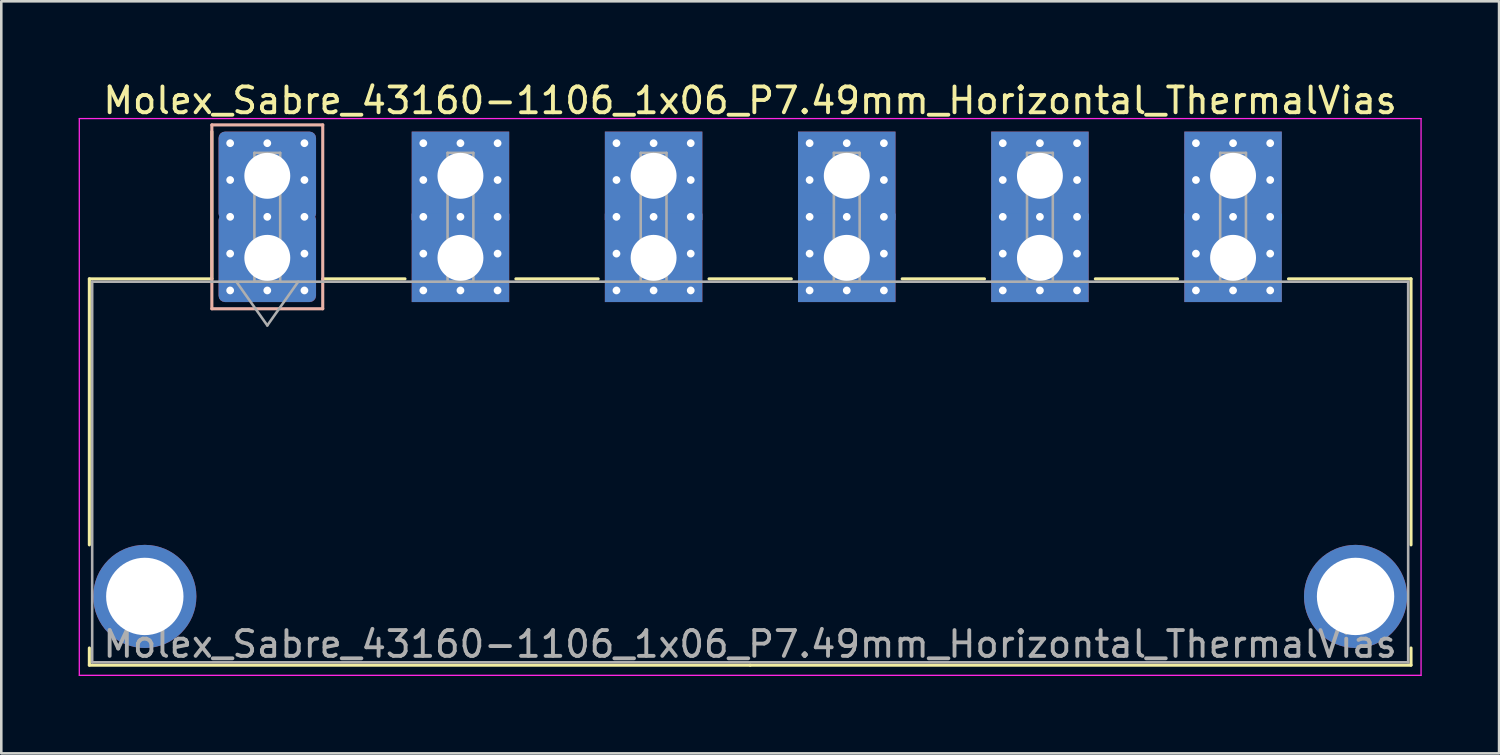
<source format=kicad_pcb>
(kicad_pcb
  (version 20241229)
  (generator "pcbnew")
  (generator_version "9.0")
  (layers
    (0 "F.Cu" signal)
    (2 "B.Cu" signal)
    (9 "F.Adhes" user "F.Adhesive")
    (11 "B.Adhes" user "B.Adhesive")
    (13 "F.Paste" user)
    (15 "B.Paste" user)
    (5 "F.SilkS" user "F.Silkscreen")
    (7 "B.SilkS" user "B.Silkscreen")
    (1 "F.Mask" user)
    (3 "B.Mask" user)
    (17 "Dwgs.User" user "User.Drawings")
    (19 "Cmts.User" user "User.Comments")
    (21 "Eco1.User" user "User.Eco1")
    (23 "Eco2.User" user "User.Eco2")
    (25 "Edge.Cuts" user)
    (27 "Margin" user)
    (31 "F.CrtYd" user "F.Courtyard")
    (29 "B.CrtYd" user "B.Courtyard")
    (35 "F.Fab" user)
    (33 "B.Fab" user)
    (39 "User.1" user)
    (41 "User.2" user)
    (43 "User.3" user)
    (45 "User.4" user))
  (footprint "Molex_Sabre_43160-1106_1x06_P7.49mm_Horizontal_ThermalVias"
    (layer "F.Cu")
    (at 7.315 6.948)
    (property "Reference" "Molex_Sabre_43160-1106_1x06_P7.49mm_Horizontal_ThermalVias" (at 18.72 -6.1 0) (layer "F.SilkS") (effects (font (size 1 1) (thickness 0.15))))
    (attr through_hole)
    (fp_line (start -6.9 0.815) (end -6.9 11.13) (stroke (width 0.12) (type solid)) (layer "F.SilkS"))
    (fp_line (start -6.9 15.13) (end -6.9 15.795) (stroke (width 0.12) (type solid)) (layer "F.SilkS"))
    (fp_line (start -6.9 15.795) (end 18.725 15.795) (stroke (width 0.12) (type solid)) (layer "F.SilkS"))
    (fp_line (start -2.15 0.815) (end -6.9 0.815) (stroke (width 0.12) (type solid)) (layer "F.SilkS"))
    (fp_line (start -2.15 0.815) (end -2.15 -4.895) (stroke (width 0.12) (type solid)) (layer "F.SilkS"))
    (fp_line (start 2.15 0.815) (end 5.34 0.815) (stroke (width 0.12) (type solid)) (layer "F.SilkS"))
    (fp_line (start 9.64 0.815) (end 12.83 0.815) (stroke (width 0.12) (type solid)) (layer "F.SilkS"))
    (fp_line (start 17.13 0.815) (end 20.32 0.815) (stroke (width 0.12) (type solid)) (layer "F.SilkS"))
    (fp_line (start 24.62 0.815) (end 27.81 0.815) (stroke (width 0.12) (type solid)) (layer "F.SilkS"))
    (fp_line (start 32.11 0.815) (end 35.3 0.815) (stroke (width 0.12) (type solid)) (layer "F.SilkS"))
    (fp_line (start 39.6 0.815) (end 44.35 0.815) (stroke (width 0.12) (type solid)) (layer "F.SilkS"))
    (fp_line (start 44.35 0.815) (end 44.35 11.13) (stroke (width 0.12) (type solid)) (layer "F.SilkS"))
    (fp_line (start 44.35 15.13) (end 44.35 15.795) (stroke (width 0.12) (type solid)) (layer "F.SilkS"))
    (fp_line (start 44.35 15.795) (end 18.725 15.795) (stroke (width 0.12) (type solid)) (layer "F.SilkS"))
    (fp_line (start -2.15 -5.155) (end -2.15 1.975) (stroke (width 0.12) (type solid)) (layer "B.SilkS"))
    (fp_line (start -2.15 1.975) (end 2.15 1.975) (stroke (width 0.12) (type solid)) (layer "B.SilkS"))
    (fp_line (start 2.15 -5.155) (end -2.15 -5.155) (stroke (width 0.12) (type solid)) (layer "B.SilkS"))
    (fp_line (start 2.15 1.975) (end 2.15 -5.155) (stroke (width 0.12) (type solid)) (layer "B.SilkS"))
    (fp_line (start -7.29 -5.4) (end -7.29 16.19) (stroke (width 0.05) (type solid)) (layer "F.CrtYd"))
    (fp_line (start -7.29 16.19) (end 44.74 16.19) (stroke (width 0.05) (type solid)) (layer "F.CrtYd"))
    (fp_line (start 44.74 -5.4) (end -7.29 -5.4) (stroke (width 0.05) (type solid)) (layer "F.CrtYd"))
    (fp_line (start 44.74 16.19) (end 44.74 -5.4) (stroke (width 0.05) (type solid)) (layer "F.CrtYd"))
    (fp_line (start -6.79 0.925) (end -6.79 15.685) (stroke (width 0.1) (type solid)) (layer "F.Fab"))
    (fp_line (start -6.79 15.685) (end 44.24 15.685) (stroke (width 0.1) (type solid)) (layer "F.Fab"))
    (fp_line (start -1.2 0.925) (end 0 2.622) (stroke (width 0.1) (type solid)) (layer "F.Fab"))
    (fp_line (start -0.5 -4.07) (end 0.5 -4.07) (stroke (width 0.1) (type solid)) (layer "F.Fab"))
    (fp_line (start -0.5 0.925) (end -0.5 -4.07) (stroke (width 0.1) (type solid)) (layer "F.Fab"))
    (fp_line (start 0 2.622) (end 1.2 0.925) (stroke (width 0.1) (type solid)) (layer "F.Fab"))
    (fp_line (start 0.5 -4.07) (end 0.5 0.925) (stroke (width 0.1) (type solid)) (layer "F.Fab"))
    (fp_line (start 0.5 0.925) (end -0.5 0.925) (stroke (width 0.1) (type solid)) (layer "F.Fab"))
    (fp_line (start 6.99 -4.07) (end 7.99 -4.07) (stroke (width 0.1) (type solid)) (layer "F.Fab"))
    (fp_line (start 6.99 0.925) (end 6.99 -4.07) (stroke (width 0.1) (type solid)) (layer "F.Fab"))
    (fp_line (start 7.99 -4.07) (end 7.99 0.925) (stroke (width 0.1) (type solid)) (layer "F.Fab"))
    (fp_line (start 7.99 0.925) (end 6.99 0.925) (stroke (width 0.1) (type solid)) (layer "F.Fab"))
    (fp_line (start 14.48 -4.07) (end 15.48 -4.07) (stroke (width 0.1) (type solid)) (layer "F.Fab"))
    (fp_line (start 14.48 0.925) (end 14.48 -4.07) (stroke (width 0.1) (type solid)) (layer "F.Fab"))
    (fp_line (start 15.48 -4.07) (end 15.48 0.925) (stroke (width 0.1) (type solid)) (layer "F.Fab"))
    (fp_line (start 15.48 0.925) (end 14.48 0.925) (stroke (width 0.1) (type solid)) (layer "F.Fab"))
    (fp_line (start 21.97 -4.07) (end 22.97 -4.07) (stroke (width 0.1) (type solid)) (layer "F.Fab"))
    (fp_line (start 21.97 0.925) (end 21.97 -4.07) (stroke (width 0.1) (type solid)) (layer "F.Fab"))
    (fp_line (start 22.97 -4.07) (end 22.97 0.925) (stroke (width 0.1) (type solid)) (layer "F.Fab"))
    (fp_line (start 22.97 0.925) (end 21.97 0.925) (stroke (width 0.1) (type solid)) (layer "F.Fab"))
    (fp_line (start 29.46 -4.07) (end 30.46 -4.07) (stroke (width 0.1) (type solid)) (layer "F.Fab"))
    (fp_line (start 29.46 0.925) (end 29.46 -4.07) (stroke (width 0.1) (type solid)) (layer "F.Fab"))
    (fp_line (start 30.46 -4.07) (end 30.46 0.925) (stroke (width 0.1) (type solid)) (layer "F.Fab"))
    (fp_line (start 30.46 0.925) (end 29.46 0.925) (stroke (width 0.1) (type solid)) (layer "F.Fab"))
    (fp_line (start 36.95 -4.07) (end 37.95 -4.07) (stroke (width 0.1) (type solid)) (layer "F.Fab"))
    (fp_line (start 36.95 0.925) (end 36.95 -4.07) (stroke (width 0.1) (type solid)) (layer "F.Fab"))
    (fp_line (start 37.95 -4.07) (end 37.95 0.925) (stroke (width 0.1) (type solid)) (layer "F.Fab"))
    (fp_line (start 37.95 0.925) (end 36.95 0.925) (stroke (width 0.1) (type solid)) (layer "F.Fab"))
    (fp_line (start 44.24 0.925) (end -6.79 0.925) (stroke (width 0.1) (type solid)) (layer "F.Fab"))
    (fp_line (start 44.24 15.685) (end 44.24 0.925) (stroke (width 0.1) (type solid)) (layer "F.Fab"))
    (fp_text user "${REFERENCE}" (at 18.72 14.98 0) (layer "F.Fab") (effects (font (size 1 1) (thickness 0.15))))
    (pad "" thru_hole circle (at -4.75 13.13) (size 4 4) (drill 3) (layers "*.Cu" "*.Mask"))
    (pad "" thru_hole circle (at 42.2 13.13) (size 4 4) (drill 3) (layers "*.Cu" "*.Mask"))
    (pad "1" thru_hole roundrect (at -1.44 -4.445) (size 0.6 0.6) (drill 0.3) (layers "*.Cu" "*.Mask") (roundrect_rratio 0.25))
    (pad "1" thru_hole roundrect (at -1.44 -3.018) (size 0.6 0.6) (drill 0.3) (layers "*.Cu" "*.Mask") (roundrect_rratio 0.25))
    (pad "1" thru_hole roundrect (at -1.44 -1.59) (size 0.6 0.6) (drill 0.3) (layers "*.Cu" "*.Mask") (roundrect_rratio 0.25))
    (pad "1" thru_hole roundrect (at -1.44 -0.163) (size 0.6 0.6) (drill 0.3) (layers "*.Cu" "*.Mask") (roundrect_rratio 0.25))
    (pad "1" thru_hole roundrect (at -1.44 1.265) (size 0.6 0.6) (drill 0.3) (layers "*.Cu" "*.Mask") (roundrect_rratio 0.25))
    (pad "1" thru_hole roundrect (at 0 -4.445) (size 0.6 0.6) (drill 0.3) (layers "*.Cu" "*.Mask") (roundrect_rratio 0.25))
    (pad "1" thru_hole roundrect (at 0 -3.18) (size 3.78 3.43) (drill 1.78) (layers "*.Cu" "*.Mask") (roundrect_rratio 0.073))
    (pad "1" thru_hole roundrect (at 0 -1.59) (size 0.6 0.6) (drill 0.3) (layers "*.Cu" "*.Mask") (roundrect_rratio 0.25))
    (pad "1" thru_hole roundrect (at 0 0) (size 3.78 3.43) (drill 1.78) (layers "*.Cu" "*.Mask") (roundrect_rratio 0.073))
    (pad "1" thru_hole roundrect (at 0 1.265) (size 0.6 0.6) (drill 0.3) (layers "*.Cu" "*.Mask") (roundrect_rratio 0.25))
    (pad "1" thru_hole roundrect (at 1.44 -4.445) (size 0.6 0.6) (drill 0.3) (layers "*.Cu" "*.Mask") (roundrect_rratio 0.25))
    (pad "1" thru_hole roundrect (at 1.44 -3.018) (size 0.6 0.6) (drill 0.3) (layers "*.Cu" "*.Mask") (roundrect_rratio 0.25))
    (pad "1" thru_hole roundrect (at 1.44 -1.59) (size 0.6 0.6) (drill 0.3) (layers "*.Cu" "*.Mask") (roundrect_rratio 0.25))
    (pad "1" thru_hole roundrect (at 1.44 -0.163) (size 0.6 0.6) (drill 0.3) (layers "*.Cu" "*.Mask") (roundrect_rratio 0.25))
    (pad "1" thru_hole roundrect (at 1.44 1.265) (size 0.6 0.6) (drill 0.3) (layers "*.Cu" "*.Mask") (roundrect_rratio 0.25))
    (pad "2" thru_hole circle (at 6.05 -4.445) (size 0.6 0.6) (drill 0.3) (layers "*.Cu" "*.Mask"))
    (pad "2" thru_hole circle (at 6.05 -3.018) (size 0.6 0.6) (drill 0.3) (layers "*.Cu" "*.Mask"))
    (pad "2" thru_hole circle (at 6.05 -1.59) (size 0.6 0.6) (drill 0.3) (layers "*.Cu" "*.Mask"))
    (pad "2" thru_hole circle (at 6.05 -0.163) (size 0.6 0.6) (drill 0.3) (layers "*.Cu" "*.Mask"))
    (pad "2" thru_hole circle (at 6.05 1.265) (size 0.6 0.6) (drill 0.3) (layers "*.Cu" "*.Mask"))
    (pad "2" thru_hole circle (at 7.49 -4.445) (size 0.6 0.6) (drill 0.3) (layers "*.Cu" "*.Mask"))
    (pad "2" thru_hole rect (at 7.49 -3.18) (size 3.78 3.43) (drill 1.78) (layers "*.Cu" "*.Mask"))
    (pad "2" thru_hole circle (at 7.49 -1.59) (size 0.6 0.6) (drill 0.3) (layers "*.Cu" "*.Mask"))
    (pad "2" thru_hole rect (at 7.49 0) (size 3.78 3.43) (drill 1.78) (layers "*.Cu" "*.Mask"))
    (pad "2" thru_hole circle (at 7.49 1.265) (size 0.6 0.6) (drill 0.3) (layers "*.Cu" "*.Mask"))
    (pad "2" thru_hole circle (at 8.93 -4.445) (size 0.6 0.6) (drill 0.3) (layers "*.Cu" "*.Mask"))
    (pad "2" thru_hole circle (at 8.93 -3.018) (size 0.6 0.6) (drill 0.3) (layers "*.Cu" "*.Mask"))
    (pad "2" thru_hole circle (at 8.93 -1.59) (size 0.6 0.6) (drill 0.3) (layers "*.Cu" "*.Mask"))
    (pad "2" thru_hole circle (at 8.93 -0.163) (size 0.6 0.6) (drill 0.3) (layers "*.Cu" "*.Mask"))
    (pad "2" thru_hole circle (at 8.93 1.265) (size 0.6 0.6) (drill 0.3) (layers "*.Cu" "*.Mask"))
    (pad "3" thru_hole circle (at 13.54 -4.445) (size 0.6 0.6) (drill 0.3) (layers "*.Cu" "*.Mask"))
    (pad "3" thru_hole circle (at 13.54 -3.018) (size 0.6 0.6) (drill 0.3) (layers "*.Cu" "*.Mask"))
    (pad "3" thru_hole circle (at 13.54 -1.59) (size 0.6 0.6) (drill 0.3) (layers "*.Cu" "*.Mask"))
    (pad "3" thru_hole circle (at 13.54 -0.163) (size 0.6 0.6) (drill 0.3) (layers "*.Cu" "*.Mask"))
    (pad "3" thru_hole circle (at 13.54 1.265) (size 0.6 0.6) (drill 0.3) (layers "*.Cu" "*.Mask"))
    (pad "3" thru_hole circle (at 14.98 -4.445) (size 0.6 0.6) (drill 0.3) (layers "*.Cu" "*.Mask"))
    (pad "3" thru_hole rect (at 14.98 -3.18) (size 3.78 3.43) (drill 1.78) (layers "*.Cu" "*.Mask"))
    (pad "3" thru_hole circle (at 14.98 -1.59) (size 0.6 0.6) (drill 0.3) (layers "*.Cu" "*.Mask"))
    (pad "3" thru_hole rect (at 14.98 0) (size 3.78 3.43) (drill 1.78) (layers "*.Cu" "*.Mask"))
    (pad "3" thru_hole circle (at 14.98 1.265) (size 0.6 0.6) (drill 0.3) (layers "*.Cu" "*.Mask"))
    (pad "3" thru_hole circle (at 16.42 -4.445) (size 0.6 0.6) (drill 0.3) (layers "*.Cu" "*.Mask"))
    (pad "3" thru_hole circle (at 16.42 -3.018) (size 0.6 0.6) (drill 0.3) (layers "*.Cu" "*.Mask"))
    (pad "3" thru_hole circle (at 16.42 -1.59) (size 0.6 0.6) (drill 0.3) (layers "*.Cu" "*.Mask"))
    (pad "3" thru_hole circle (at 16.42 -0.163) (size 0.6 0.6) (drill 0.3) (layers "*.Cu" "*.Mask"))
    (pad "3" thru_hole circle (at 16.42 1.265) (size 0.6 0.6) (drill 0.3) (layers "*.Cu" "*.Mask"))
    (pad "4" thru_hole circle (at 21.03 -4.445) (size 0.6 0.6) (drill 0.3) (layers "*.Cu" "*.Mask"))
    (pad "4" thru_hole circle (at 21.03 -3.018) (size 0.6 0.6) (drill 0.3) (layers "*.Cu" "*.Mask"))
    (pad "4" thru_hole circle (at 21.03 -1.59) (size 0.6 0.6) (drill 0.3) (layers "*.Cu" "*.Mask"))
    (pad "4" thru_hole circle (at 21.03 -0.163) (size 0.6 0.6) (drill 0.3) (layers "*.Cu" "*.Mask"))
    (pad "4" thru_hole circle (at 21.03 1.265) (size 0.6 0.6) (drill 0.3) (layers "*.Cu" "*.Mask"))
    (pad "4" thru_hole circle (at 22.47 -4.445) (size 0.6 0.6) (drill 0.3) (layers "*.Cu" "*.Mask"))
    (pad "4" thru_hole rect (at 22.47 -3.18) (size 3.78 3.43) (drill 1.78) (layers "*.Cu" "*.Mask"))
    (pad "4" thru_hole circle (at 22.47 -1.59) (size 0.6 0.6) (drill 0.3) (layers "*.Cu" "*.Mask"))
    (pad "4" thru_hole rect (at 22.47 0) (size 3.78 3.43) (drill 1.78) (layers "*.Cu" "*.Mask"))
    (pad "4" thru_hole circle (at 22.47 1.265) (size 0.6 0.6) (drill 0.3) (layers "*.Cu" "*.Mask"))
    (pad "4" thru_hole circle (at 23.91 -4.445) (size 0.6 0.6) (drill 0.3) (layers "*.Cu" "*.Mask"))
    (pad "4" thru_hole circle (at 23.91 -3.018) (size 0.6 0.6) (drill 0.3) (layers "*.Cu" "*.Mask"))
    (pad "4" thru_hole circle (at 23.91 -1.59) (size 0.6 0.6) (drill 0.3) (layers "*.Cu" "*.Mask"))
    (pad "4" thru_hole circle (at 23.91 -0.163) (size 0.6 0.6) (drill 0.3) (layers "*.Cu" "*.Mask"))
    (pad "4" thru_hole circle (at 23.91 1.265) (size 0.6 0.6) (drill 0.3) (layers "*.Cu" "*.Mask"))
    (pad "5" thru_hole circle (at 28.52 -4.445) (size 0.6 0.6) (drill 0.3) (layers "*.Cu" "*.Mask"))
    (pad "5" thru_hole circle (at 28.52 -3.018) (size 0.6 0.6) (drill 0.3) (layers "*.Cu" "*.Mask"))
    (pad "5" thru_hole circle (at 28.52 -1.59) (size 0.6 0.6) (drill 0.3) (layers "*.Cu" "*.Mask"))
    (pad "5" thru_hole circle (at 28.52 -0.163) (size 0.6 0.6) (drill 0.3) (layers "*.Cu" "*.Mask"))
    (pad "5" thru_hole circle (at 28.52 1.265) (size 0.6 0.6) (drill 0.3) (layers "*.Cu" "*.Mask"))
    (pad "5" thru_hole circle (at 29.96 -4.445) (size 0.6 0.6) (drill 0.3) (layers "*.Cu" "*.Mask"))
    (pad "5" thru_hole rect (at 29.96 -3.18) (size 3.78 3.43) (drill 1.78) (layers "*.Cu" "*.Mask"))
    (pad "5" thru_hole circle (at 29.96 -1.59) (size 0.6 0.6) (drill 0.3) (layers "*.Cu" "*.Mask"))
    (pad "5" thru_hole rect (at 29.96 0) (size 3.78 3.43) (drill 1.78) (layers "*.Cu" "*.Mask"))
    (pad "5" thru_hole circle (at 29.96 1.265) (size 0.6 0.6) (drill 0.3) (layers "*.Cu" "*.Mask"))
    (pad "5" thru_hole circle (at 31.4 -4.445) (size 0.6 0.6) (drill 0.3) (layers "*.Cu" "*.Mask"))
    (pad "5" thru_hole circle (at 31.4 -3.018) (size 0.6 0.6) (drill 0.3) (layers "*.Cu" "*.Mask"))
    (pad "5" thru_hole circle (at 31.4 -1.59) (size 0.6 0.6) (drill 0.3) (layers "*.Cu" "*.Mask"))
    (pad "5" thru_hole circle (at 31.4 -0.163) (size 0.6 0.6) (drill 0.3) (layers "*.Cu" "*.Mask"))
    (pad "5" thru_hole circle (at 31.4 1.265) (size 0.6 0.6) (drill 0.3) (layers "*.Cu" "*.Mask"))
    (pad "6" thru_hole circle (at 36.01 -4.445) (size 0.6 0.6) (drill 0.3) (layers "*.Cu" "*.Mask"))
    (pad "6" thru_hole circle (at 36.01 -3.018) (size 0.6 0.6) (drill 0.3) (layers "*.Cu" "*.Mask"))
    (pad "6" thru_hole circle (at 36.01 -1.59) (size 0.6 0.6) (drill 0.3) (layers "*.Cu" "*.Mask"))
    (pad "6" thru_hole circle (at 36.01 -0.163) (size 0.6 0.6) (drill 0.3) (layers "*.Cu" "*.Mask"))
    (pad "6" thru_hole circle (at 36.01 1.265) (size 0.6 0.6) (drill 0.3) (layers "*.Cu" "*.Mask"))
    (pad "6" thru_hole circle (at 37.45 -4.445) (size 0.6 0.6) (drill 0.3) (layers "*.Cu" "*.Mask"))
    (pad "6" thru_hole rect (at 37.45 -3.18) (size 3.78 3.43) (drill 1.78) (layers "*.Cu" "*.Mask"))
    (pad "6" thru_hole circle (at 37.45 -1.59) (size 0.6 0.6) (drill 0.3) (layers "*.Cu" "*.Mask"))
    (pad "6" thru_hole rect (at 37.45 0) (size 3.78 3.43) (drill 1.78) (layers "*.Cu" "*.Mask"))
    (pad "6" thru_hole circle (at 37.45 1.265) (size 0.6 0.6) (drill 0.3) (layers "*.Cu" "*.Mask"))
    (pad "6" thru_hole circle (at 38.89 -4.445) (size 0.6 0.6) (drill 0.3) (layers "*.Cu" "*.Mask"))
    (pad "6" thru_hole circle (at 38.89 -3.018) (size 0.6 0.6) (drill 0.3) (layers "*.Cu" "*.Mask"))
    (pad "6" thru_hole circle (at 38.89 -1.59) (size 0.6 0.6) (drill 0.3) (layers "*.Cu" "*.Mask"))
    (pad "6" thru_hole circle (at 38.89 -0.163) (size 0.6 0.6) (drill 0.3) (layers "*.Cu" "*.Mask"))
    (pad "6" thru_hole circle (at 38.89 1.265) (size 0.6 0.6) (drill 0.3) (layers "*.Cu" "*.Mask")))
  (gr_rect
    (start -3 -3)
    (end 55.08 26.163)
    (stroke (width 0.1) (type default))
    (fill no)
    (layer "Edge.Cuts")))
</source>
